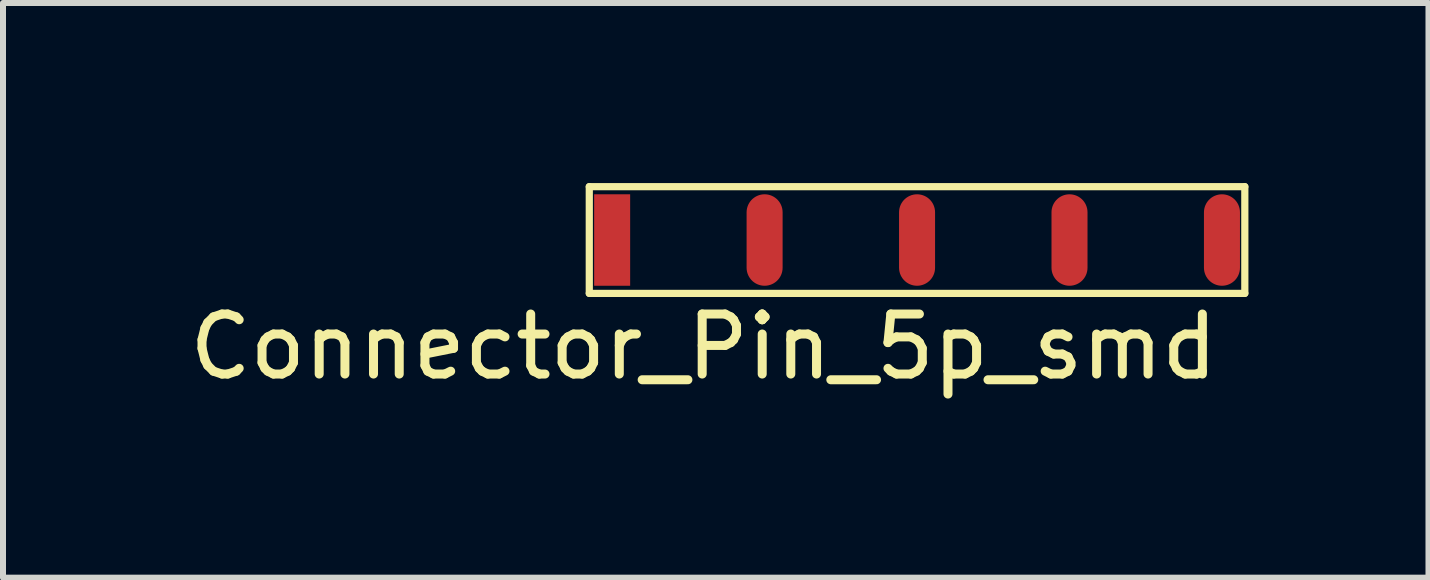
<source format=kicad_pcb>
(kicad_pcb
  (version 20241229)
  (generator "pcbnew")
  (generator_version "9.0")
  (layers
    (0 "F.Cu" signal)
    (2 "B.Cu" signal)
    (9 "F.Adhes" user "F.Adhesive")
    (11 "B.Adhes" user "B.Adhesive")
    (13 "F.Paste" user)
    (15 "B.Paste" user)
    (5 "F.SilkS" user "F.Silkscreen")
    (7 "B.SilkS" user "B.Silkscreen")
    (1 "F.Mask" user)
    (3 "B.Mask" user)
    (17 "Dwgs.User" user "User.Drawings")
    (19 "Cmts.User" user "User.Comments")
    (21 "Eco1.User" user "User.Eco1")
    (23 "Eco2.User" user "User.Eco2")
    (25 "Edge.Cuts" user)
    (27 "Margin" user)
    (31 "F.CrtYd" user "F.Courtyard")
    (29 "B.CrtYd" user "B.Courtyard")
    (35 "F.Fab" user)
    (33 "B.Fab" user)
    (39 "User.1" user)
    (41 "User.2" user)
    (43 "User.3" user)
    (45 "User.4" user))
  (footprint "Connector_Pin_5p_smd"
    (layer "F.Cu")
    (at 7.149 0.949)
    (property "Reference" "Connector_Pin_5p_smd" (at 1.524 1.778 0) (layer "F.SilkS") (effects (font (size 1 1) (thickness 0.15))))
    (attr smd)
    (fp_line (start -0.381 -0.889) (end 10.541 -0.889) (stroke (width 0.12) (type solid)) (layer "F.SilkS"))
    (fp_line (start -0.381 0.889) (end -0.381 -0.889) (stroke (width 0.12) (type solid)) (layer "F.SilkS"))
    (fp_line (start 10.541 -0.889) (end 10.541 0.889) (stroke (width 0.12) (type solid)) (layer "F.SilkS"))
    (fp_line (start 10.541 0.889) (end -0.381 0.889) (stroke (width 0.12) (type solid)) (layer "F.SilkS"))
    (pad "1" smd rect (at 0 0) (size 0.6 1.524) (layers "F.Cu" "F.Mask" "F.Paste"))
    (pad "2" smd oval (at 2.54 0) (size 0.6 1.524) (layers "F.Cu" "F.Mask" "F.Paste"))
    (pad "3" smd oval (at 5.08 0) (size 0.6 1.524) (layers "F.Cu" "F.Mask" "F.Paste"))
    (pad "4" smd oval (at 7.62 0) (size 0.6 1.524) (layers "F.Cu" "F.Mask" "F.Paste"))
    (pad "5" smd oval (at 10.16 0) (size 0.6 1.524) (layers "F.Cu" "F.Mask" "F.Paste")))
  (gr_rect
    (start -3 -3)
    (end 20.75 6.575)
    (stroke (width 0.1) (type default))
    (fill no)
    (layer "Edge.Cuts")))
</source>
